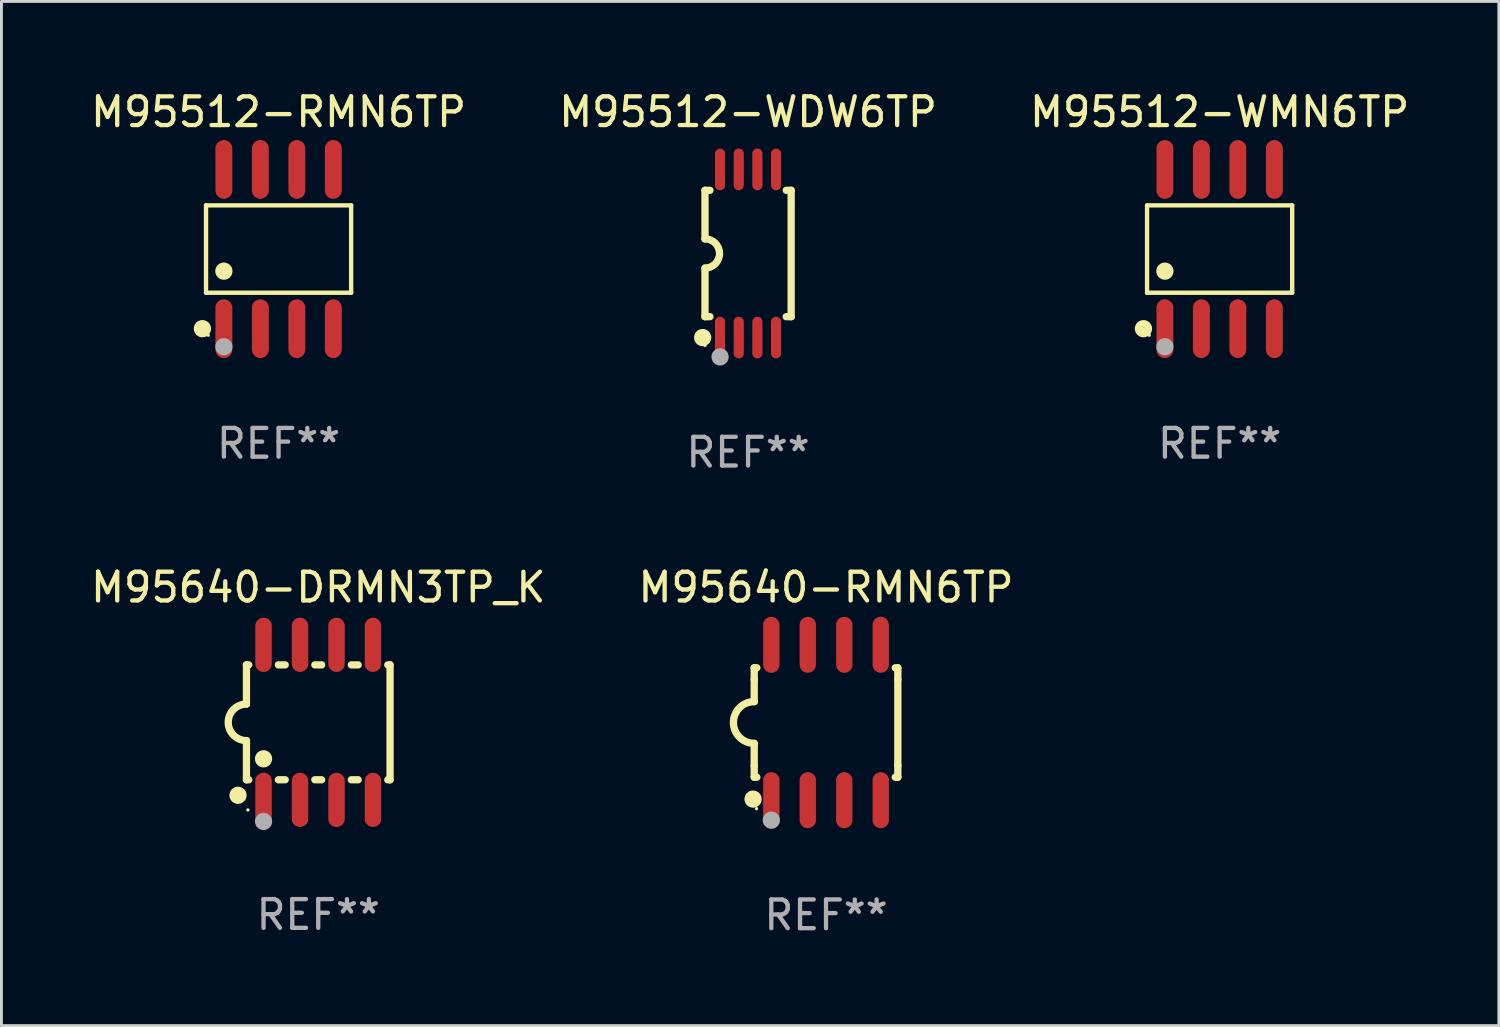
<source format=kicad_pcb>
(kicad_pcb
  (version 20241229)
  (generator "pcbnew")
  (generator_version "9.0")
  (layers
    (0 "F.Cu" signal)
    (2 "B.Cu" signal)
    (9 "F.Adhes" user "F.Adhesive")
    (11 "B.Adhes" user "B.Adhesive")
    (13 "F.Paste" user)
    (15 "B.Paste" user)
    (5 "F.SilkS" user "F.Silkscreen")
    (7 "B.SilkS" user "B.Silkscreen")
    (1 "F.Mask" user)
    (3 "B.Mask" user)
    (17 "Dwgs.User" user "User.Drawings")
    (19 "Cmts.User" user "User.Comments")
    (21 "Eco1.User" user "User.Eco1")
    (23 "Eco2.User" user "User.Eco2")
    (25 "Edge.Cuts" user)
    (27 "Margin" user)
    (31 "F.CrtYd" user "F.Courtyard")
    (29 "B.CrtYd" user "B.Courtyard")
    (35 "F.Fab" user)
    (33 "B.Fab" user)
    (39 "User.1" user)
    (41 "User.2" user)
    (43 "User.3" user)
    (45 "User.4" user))
  (footprint "M95512-WMN6TP"
    (layer "F.Cu")
    (at 39.411 5.621)
    (property "Reference" "M95512-WMN6TP" (at 0 -4.772 0) (layer "F.SilkS") (effects (font (size 1 1) (thickness 0.15))))
    (attr through_hole)
    (fp_line (start -2.526 -1.521) (end 2.526 -1.521) (stroke (width 0.152) (type solid)) (layer "F.SilkS"))
    (fp_line (start -2.526 1.521) (end -2.526 -1.521) (stroke (width 0.152) (type solid)) (layer "F.SilkS"))
    (fp_line (start 2.526 -1.521) (end 2.526 1.521) (stroke (width 0.152) (type solid)) (layer "F.SilkS"))
    (fp_line (start 2.526 1.521) (end -2.526 1.521) (stroke (width 0.152) (type solid)) (layer "F.SilkS"))
    (fp_circle (center -2.652 2.772) (end -2.501 2.772) (stroke (width 0.3) (type solid)) (fill no) (layer "F.SilkS"))
    (fp_circle (center -2.45 3) (end -2.42 3) (stroke (width 0.06) (type solid)) (fill no) (layer "F.SilkS"))
    (fp_circle (center -1.905 0.769) (end -1.755 0.769) (stroke (width 0.3) (type solid)) (fill no) (layer "F.SilkS"))
    (fp_circle (center -1.905 3.4) (end -1.755 3.4) (stroke (width 0.3) (type solid)) (fill no) (layer "F.Fab"))
    (fp_text user "REF**" (at 0 6.772 0) (layer "F.Fab") (effects (font (size 1 1) (thickness 0.15))))
    (pad "1" smd oval (at -1.905 2.772) (size 0.588 2.045) (layers "F.Cu" "F.Mask" "F.Paste"))
    (pad "2" smd oval (at -0.635 2.772) (size 0.588 2.045) (layers "F.Cu" "F.Mask" "F.Paste"))
    (pad "3" smd oval (at 0.635 2.772) (size 0.588 2.045) (layers "F.Cu" "F.Mask" "F.Paste"))
    (pad "4" smd oval (at 1.905 2.772) (size 0.588 2.045) (layers "F.Cu" "F.Mask" "F.Paste"))
    (pad "5" smd oval (at 1.905 -2.772) (size 0.588 2.045) (layers "F.Cu" "F.Mask" "F.Paste"))
    (pad "6" smd oval (at 0.635 -2.772) (size 0.588 2.045) (layers "F.Cu" "F.Mask" "F.Paste"))
    (pad "7" smd oval (at -0.635 -2.772) (size 0.588 2.045) (layers "F.Cu" "F.Mask" "F.Paste"))
    (pad "8" smd oval (at -1.905 -2.772) (size 0.588 2.045) (layers "F.Cu" "F.Mask" "F.Paste")))
  (footprint "M95640-DRMN3TP_K"
    (layer "F.Cu")
    (at 8.03 22.098)
    (property "Reference" "M95640-DRMN3TP_K" (at 0 -4.699 0) (layer "F.SilkS") (effects (font (size 1 1) (thickness 0.15))))
    (attr through_hole)
    (fp_line (start -2.5 -2) (end -2.5 -0.635) (stroke (width 0.254) (type solid)) (layer "F.SilkS"))
    (fp_line (start -2.5 -2) (end -2.421 -2) (stroke (width 0.254) (type solid)) (layer "F.SilkS"))
    (fp_line (start -2.5 2) (end -2.5 0.635) (stroke (width 0.254) (type solid)) (layer "F.SilkS"))
    (fp_line (start -2.5 2) (end -2.421 2) (stroke (width 0.254) (type solid)) (layer "F.SilkS"))
    (fp_line (start -1.389 -2) (end -1.151 -2) (stroke (width 0.254) (type solid)) (layer "F.SilkS"))
    (fp_line (start -1.389 2) (end -1.151 2) (stroke (width 0.254) (type solid)) (layer "F.SilkS"))
    (fp_line (start -0.119 -2) (end 0.119 -2) (stroke (width 0.254) (type solid)) (layer "F.SilkS"))
    (fp_line (start -0.119 2) (end 0.119 2) (stroke (width 0.254) (type solid)) (layer "F.SilkS"))
    (fp_line (start 1.151 -2) (end 1.389 -2) (stroke (width 0.254) (type solid)) (layer "F.SilkS"))
    (fp_line (start 1.151 2) (end 1.389 2) (stroke (width 0.254) (type solid)) (layer "F.SilkS"))
    (fp_line (start 2.421 -2) (end 2.5 -2) (stroke (width 0.254) (type solid)) (layer "F.SilkS"))
    (fp_line (start 2.421 2) (end 2.5 2) (stroke (width 0.254) (type solid)) (layer "F.SilkS"))
    (fp_line (start 2.5 -2) (end 2.5 2) (stroke (width 0.254) (type solid)) (layer "F.SilkS"))
    (fp_arc (start -2.5 0.635001) (mid -3.134366 -0.000318) (end -2.499365 -0.635001) (stroke (width 0.254001) (type solid)) (layer "F.SilkS"))
    (fp_circle (center -2.794 2.54) (end -2.644 2.54) (stroke (width 0.3) (type solid)) (fill no) (layer "F.SilkS"))
    (fp_circle (center -2.45 3.05) (end -2.42 3.05) (stroke (width 0.06) (type solid)) (fill no) (layer "F.SilkS"))
    (fp_circle (center -1.905 1.27) (end -1.755 1.27) (stroke (width 0.3) (type solid)) (fill no) (layer "F.SilkS"))
    (fp_circle (center -1.905 3.45) (end -1.755 3.45) (stroke (width 0.3) (type solid)) (fill no) (layer "F.Fab"))
    (fp_text user "REF**" (at 0 6.699 0) (layer "F.Fab") (effects (font (size 1 1) (thickness 0.15))))
    (pad "1" smd oval (at -1.905 2.699) (size 0.574 1.888) (layers "F.Cu" "F.Mask" "F.Paste"))
    (pad "2" smd oval (at -0.635 2.699) (size 0.574 1.888) (layers "F.Cu" "F.Mask" "F.Paste"))
    (pad "3" smd oval (at 0.635 2.699) (size 0.574 1.888) (layers "F.Cu" "F.Mask" "F.Paste"))
    (pad "4" smd oval (at 1.905 2.699) (size 0.574 1.888) (layers "F.Cu" "F.Mask" "F.Paste"))
    (pad "5" smd oval (at 1.905 -2.699) (size 0.574 1.888) (layers "F.Cu" "F.Mask" "F.Paste"))
    (pad "6" smd oval (at 0.635 -2.699) (size 0.574 1.888) (layers "F.Cu" "F.Mask" "F.Paste"))
    (pad "7" smd oval (at -0.635 -2.699) (size 0.574 1.888) (layers "F.Cu" "F.Mask" "F.Paste"))
    (pad "8" smd oval (at -1.905 -2.699) (size 0.574 1.888) (layers "F.Cu" "F.Mask" "F.Paste")))
  (footprint "M95640-RMN6TP"
    (layer "F.Cu")
    (at 25.708 22.104)
    (property "Reference" "M95640-RMN6TP" (at 0 -4.705 0) (layer "F.SilkS") (effects (font (size 1 1) (thickness 0.15))))
    (attr through_hole)
    (fp_line (start -2.5 -1.905) (end -2.409 -1.905) (stroke (width 0.254) (type solid)) (layer "F.SilkS"))
    (fp_line (start -2.5 -1.5) (end -2.5 -1.905) (stroke (width 0.254) (type solid)) (layer "F.SilkS"))
    (fp_line (start -2.5 -1.5) (end -2.5 -0.726) (stroke (width 0.254) (type solid)) (layer "F.SilkS"))
    (fp_line (start -2.5 1.5) (end -2.5 0.727) (stroke (width 0.254) (type solid)) (layer "F.SilkS"))
    (fp_line (start -2.5 1.5) (end -2.5 1.905) (stroke (width 0.254) (type solid)) (layer "F.SilkS"))
    (fp_line (start -2.5 1.905) (end -2.409 1.905) (stroke (width 0.254) (type solid)) (layer "F.SilkS"))
    (fp_line (start 2.5 -1.905) (end 2.409 -1.905) (stroke (width 0.254) (type solid)) (layer "F.SilkS"))
    (fp_line (start 2.5 -1.5) (end 2.5 -1.905) (stroke (width 0.254) (type solid)) (layer "F.SilkS"))
    (fp_line (start 2.5 -1.5) (end 2.5 1.5) (stroke (width 0.254) (type solid)) (layer "F.SilkS"))
    (fp_line (start 2.5 1.5) (end 2.5 1.905) (stroke (width 0.254) (type solid)) (layer "F.SilkS"))
    (fp_line (start 2.5 1.905) (end 2.409 1.905) (stroke (width 0.254) (type solid)) (layer "F.SilkS"))
    (fp_arc (start -2.5 0.726568) (mid -3.220316 -0.0023) (end -2.495097 -0.726289) (stroke (width 0.254001) (type solid)) (layer "F.SilkS"))
    (fp_circle (center -2.54 2.667) (end -2.39 2.667) (stroke (width 0.3) (type solid)) (fill no) (layer "F.SilkS"))
    (fp_circle (center -2.42 3) (end -2.39 3) (stroke (width 0.06) (type solid)) (fill no) (layer "F.SilkS"))
    (fp_circle (center -1.905 3.4) (end -1.755 3.4) (stroke (width 0.3) (type solid)) (fill no) (layer "F.Fab"))
    (fp_text user "REF**" (at 0 6.705 0) (layer "F.Fab") (effects (font (size 1 1) (thickness 0.15))))
    (pad "1" smd oval (at -1.905 2.705) (size 0.568 1.95) (layers "F.Cu" "F.Mask" "F.Paste"))
    (pad "2" smd oval (at -0.635 2.705) (size 0.568 1.95) (layers "F.Cu" "F.Mask" "F.Paste"))
    (pad "3" smd oval (at 0.635 2.705) (size 0.568 1.95) (layers "F.Cu" "F.Mask" "F.Paste"))
    (pad "4" smd oval (at 1.905 2.705) (size 0.568 1.95) (layers "F.Cu" "F.Mask" "F.Paste"))
    (pad "5" smd oval (at 1.905 -2.705) (size 0.568 1.95) (layers "F.Cu" "F.Mask" "F.Paste"))
    (pad "6" smd oval (at 0.635 -2.705) (size 0.568 1.95) (layers "F.Cu" "F.Mask" "F.Paste"))
    (pad "7" smd oval (at -0.635 -2.705) (size 0.568 1.95) (layers "F.Cu" "F.Mask" "F.Paste"))
    (pad "8" smd oval (at -1.905 -2.705) (size 0.568 1.95) (layers "F.Cu" "F.Mask" "F.Paste")))
  (footprint "M95512-RMN6TP"
    (layer "F.Cu")
    (at 6.649 5.621)
    (property "Reference" "M95512-RMN6TP" (at 0 -4.772 0) (layer "F.SilkS") (effects (font (size 1 1) (thickness 0.15))))
    (attr through_hole)
    (fp_line (start -2.526 -1.521) (end 2.526 -1.521) (stroke (width 0.152) (type solid)) (layer "F.SilkS"))
    (fp_line (start -2.526 1.521) (end -2.526 -1.521) (stroke (width 0.152) (type solid)) (layer "F.SilkS"))
    (fp_line (start 2.526 -1.521) (end 2.526 1.521) (stroke (width 0.152) (type solid)) (layer "F.SilkS"))
    (fp_line (start 2.526 1.521) (end -2.526 1.521) (stroke (width 0.152) (type solid)) (layer "F.SilkS"))
    (fp_circle (center -2.652 2.772) (end -2.501 2.772) (stroke (width 0.3) (type solid)) (fill no) (layer "F.SilkS"))
    (fp_circle (center -2.45 3) (end -2.42 3) (stroke (width 0.06) (type solid)) (fill no) (layer "F.SilkS"))
    (fp_circle (center -1.905 0.769) (end -1.755 0.769) (stroke (width 0.3) (type solid)) (fill no) (layer "F.SilkS"))
    (fp_circle (center -1.905 3.4) (end -1.755 3.4) (stroke (width 0.3) (type solid)) (fill no) (layer "F.Fab"))
    (fp_text user "REF**" (at 0 6.772 0) (layer "F.Fab") (effects (font (size 1 1) (thickness 0.15))))
    (pad "1" smd oval (at -1.905 2.772) (size 0.588 2.045) (layers "F.Cu" "F.Mask" "F.Paste"))
    (pad "2" smd oval (at -0.635 2.772) (size 0.588 2.045) (layers "F.Cu" "F.Mask" "F.Paste"))
    (pad "3" smd oval (at 0.635 2.772) (size 0.588 2.045) (layers "F.Cu" "F.Mask" "F.Paste"))
    (pad "4" smd oval (at 1.905 2.772) (size 0.588 2.045) (layers "F.Cu" "F.Mask" "F.Paste"))
    (pad "5" smd oval (at 1.905 -2.772) (size 0.588 2.045) (layers "F.Cu" "F.Mask" "F.Paste"))
    (pad "6" smd oval (at 0.635 -2.772) (size 0.588 2.045) (layers "F.Cu" "F.Mask" "F.Paste"))
    (pad "7" smd oval (at -0.635 -2.772) (size 0.588 2.045) (layers "F.Cu" "F.Mask" "F.Paste"))
    (pad "8" smd oval (at -1.905 -2.772) (size 0.588 2.045) (layers "F.Cu" "F.Mask" "F.Paste")))
  (footprint "M95512-WDW6TP"
    (layer "F.Cu")
    (at 22.994 5.775)
    (property "Reference" "M95512-WDW6TP" (at 0 -4.927 0) (layer "F.SilkS") (effects (font (size 1 1) (thickness 0.15))))
    (attr through_hole)
    (fp_line (start -1.5 -2.2) (end -1.5 -0.508) (stroke (width 0.254) (type solid)) (layer "F.SilkS"))
    (fp_line (start -1.5 -2.2) (end -1.328 -2.2) (stroke (width 0.254) (type solid)) (layer "F.SilkS"))
    (fp_line (start -1.5 2.2) (end -1.5 0.508) (stroke (width 0.254) (type solid)) (layer "F.SilkS"))
    (fp_line (start -1.5 2.2) (end -1.328 2.2) (stroke (width 0.254) (type solid)) (layer "F.SilkS"))
    (fp_line (start 1.328 -2.2) (end 1.5 -2.2) (stroke (width 0.254) (type solid)) (layer "F.SilkS"))
    (fp_line (start 1.328 2.2) (end 1.5 2.2) (stroke (width 0.254) (type solid)) (layer "F.SilkS"))
    (fp_line (start 1.5 -2.2) (end 1.5 2.2) (stroke (width 0.254) (type solid)) (layer "F.SilkS"))
    (fp_arc (start -1.501144 -0.508) (mid -0.993143 -0.000571) (end -1.5 0.508001) (stroke (width 0.254001) (type solid)) (layer "F.SilkS"))
    (fp_circle (center -1.581 2.927) (end -1.431 2.927) (stroke (width 0.3) (type solid)) (fill no) (layer "F.SilkS"))
    (fp_circle (center -1.5 3.2) (end -1.47 3.2) (stroke (width 0.06) (type solid)) (fill no) (layer "F.SilkS"))
    (fp_circle (center -0.975 3.6) (end -0.825 3.6) (stroke (width 0.3) (type solid)) (fill no) (layer "F.Fab"))
    (fp_text user "REF**" (at 0 6.927 0) (layer "F.Fab") (effects (font (size 1 1) (thickness 0.15))))
    (pad "1" smd oval (at -0.975 2.927) (size 0.353 1.454) (layers "F.Cu" "F.Mask" "F.Paste"))
    (pad "2" smd oval (at -0.325 2.927) (size 0.353 1.454) (layers "F.Cu" "F.Mask" "F.Paste"))
    (pad "3" smd oval (at 0.325 2.927) (size 0.353 1.454) (layers "F.Cu" "F.Mask" "F.Paste"))
    (pad "4" smd oval (at 0.975 2.927) (size 0.353 1.454) (layers "F.Cu" "F.Mask" "F.Paste"))
    (pad "5" smd oval (at 0.975 -2.927) (size 0.353 1.454) (layers "F.Cu" "F.Mask" "F.Paste"))
    (pad "6" smd oval (at 0.325 -2.927) (size 0.353 1.454) (layers "F.Cu" "F.Mask" "F.Paste"))
    (pad "7" smd oval (at -0.325 -2.927) (size 0.353 1.454) (layers "F.Cu" "F.Mask" "F.Paste"))
    (pad "8" smd oval (at -0.975 -2.927) (size 0.353 1.454) (layers "F.Cu" "F.Mask" "F.Paste")))
  (gr_rect
    (start -3 -3)
    (end 49.131 32.657)
    (stroke (width 0.1) (type default))
    (fill no)
    (layer "Edge.Cuts")))
</source>
